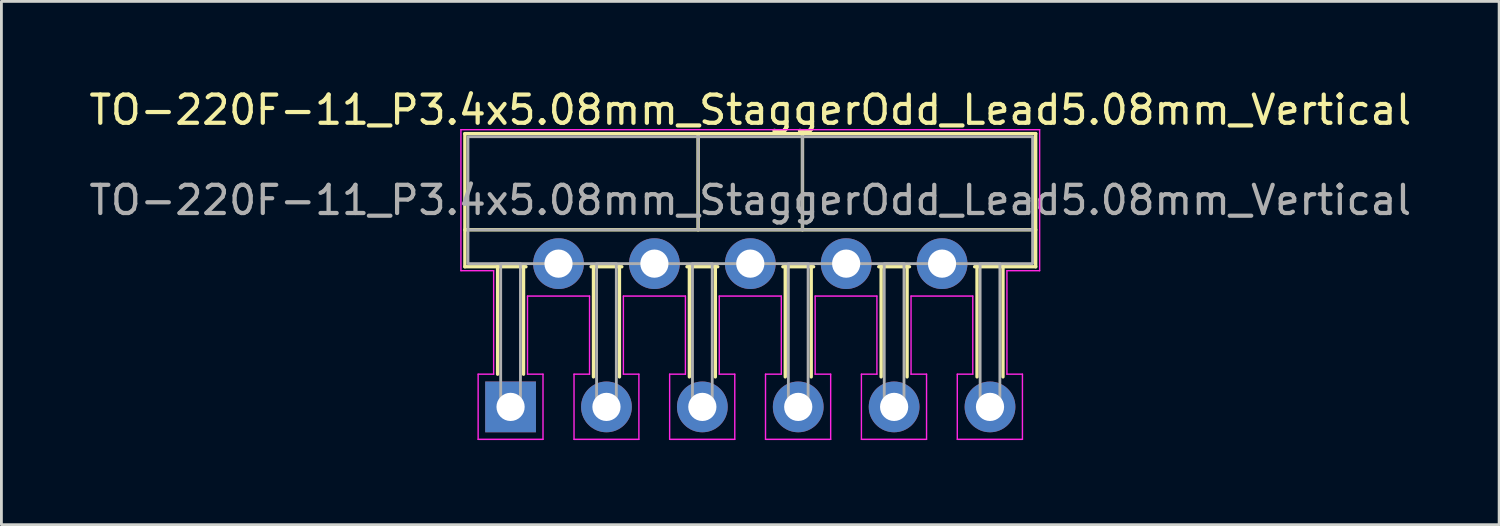
<source format=kicad_pcb>
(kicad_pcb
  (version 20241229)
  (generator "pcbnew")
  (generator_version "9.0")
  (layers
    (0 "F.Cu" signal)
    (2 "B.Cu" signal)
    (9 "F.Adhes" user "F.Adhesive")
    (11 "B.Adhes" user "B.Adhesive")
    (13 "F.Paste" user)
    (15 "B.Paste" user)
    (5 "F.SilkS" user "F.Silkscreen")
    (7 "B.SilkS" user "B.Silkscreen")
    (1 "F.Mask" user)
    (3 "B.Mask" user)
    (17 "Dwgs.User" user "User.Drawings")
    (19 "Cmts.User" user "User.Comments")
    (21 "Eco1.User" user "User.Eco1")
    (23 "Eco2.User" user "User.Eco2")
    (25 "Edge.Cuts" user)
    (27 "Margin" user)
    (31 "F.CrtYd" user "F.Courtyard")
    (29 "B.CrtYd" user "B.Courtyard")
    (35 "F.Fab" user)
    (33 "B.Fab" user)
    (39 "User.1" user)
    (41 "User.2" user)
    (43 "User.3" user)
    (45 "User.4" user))
  (footprint "TO-220F-11_P3.4x5.08mm_StaggerOdd_Lead5.08mm_Vertical"
    (layer "F.Cu")
    (at 15.054 11.378)
    (property "Reference" "TO-220F-11_P3.4x5.08mm_StaggerOdd_Lead5.08mm_Vertical" (at 8.5 -10.53 0) (layer "F.SilkS") (effects (font (size 1 1) (thickness 0.15))))
    (attr through_hole)
    (fp_line (start -1.62 -9.69) (end 18.62 -9.69) (stroke (width 0.12) (type solid)) (layer "F.SilkS"))
    (fp_line (start -1.62 -6.28) (end 18.62 -6.28) (stroke (width 0.12) (type solid)) (layer "F.SilkS"))
    (fp_line (start -1.62 -4.97) (end -1.62 -9.69) (stroke (width 0.12) (type solid)) (layer "F.SilkS"))
    (fp_line (start -0.46 -4.97) (end -0.46 -1.16) (stroke (width 0.12) (type solid)) (layer "F.SilkS"))
    (fp_line (start 0.46 -4.97) (end 0.46 -1.16) (stroke (width 0.12) (type solid)) (layer "F.SilkS"))
    (fp_line (start 0.545 -4.97) (end -1.62 -4.97) (stroke (width 0.12) (type solid)) (layer "F.SilkS"))
    (fp_line (start 2.94 -4.97) (end 2.94 -1.065) (stroke (width 0.12) (type solid)) (layer "F.SilkS"))
    (fp_line (start 3.86 -4.97) (end 3.86 -1.065) (stroke (width 0.12) (type solid)) (layer "F.SilkS"))
    (fp_line (start 3.945 -4.97) (end 2.855 -4.97) (stroke (width 0.12) (type solid)) (layer "F.SilkS"))
    (fp_line (start 6.34 -4.97) (end 6.34 -1.065) (stroke (width 0.12) (type solid)) (layer "F.SilkS"))
    (fp_line (start 6.65 -9.69) (end 6.65 -6.28) (stroke (width 0.12) (type solid)) (layer "F.SilkS"))
    (fp_line (start 7.26 -4.97) (end 7.26 -1.065) (stroke (width 0.12) (type solid)) (layer "F.SilkS"))
    (fp_line (start 7.345 -4.97) (end 6.255 -4.97) (stroke (width 0.12) (type solid)) (layer "F.SilkS"))
    (fp_line (start 9.74 -4.97) (end 9.74 -1.065) (stroke (width 0.12) (type solid)) (layer "F.SilkS"))
    (fp_line (start 10.35 -9.69) (end 10.35 -6.28) (stroke (width 0.12) (type solid)) (layer "F.SilkS"))
    (fp_line (start 10.66 -4.97) (end 10.66 -1.065) (stroke (width 0.12) (type solid)) (layer "F.SilkS"))
    (fp_line (start 10.745 -4.97) (end 9.655 -4.97) (stroke (width 0.12) (type solid)) (layer "F.SilkS"))
    (fp_line (start 13.14 -4.97) (end 13.14 -1.065) (stroke (width 0.12) (type solid)) (layer "F.SilkS"))
    (fp_line (start 14.06 -4.97) (end 14.06 -1.065) (stroke (width 0.12) (type solid)) (layer "F.SilkS"))
    (fp_line (start 14.145 -4.97) (end 13.055 -4.97) (stroke (width 0.12) (type solid)) (layer "F.SilkS"))
    (fp_line (start 16.54 -4.97) (end 16.54 -1.065) (stroke (width 0.12) (type solid)) (layer "F.SilkS"))
    (fp_line (start 17.46 -4.97) (end 17.46 -1.065) (stroke (width 0.12) (type solid)) (layer "F.SilkS"))
    (fp_line (start 18.62 -9.69) (end 18.62 -4.97) (stroke (width 0.12) (type solid)) (layer "F.SilkS"))
    (fp_line (start 18.62 -4.97) (end 16.455 -4.97) (stroke (width 0.12) (type solid)) (layer "F.SilkS"))
    (fp_line (start -1.76 -9.83) (end 18.76 -9.83) (stroke (width 0.05) (type solid)) (layer "F.CrtYd"))
    (fp_line (start -1.76 -4.83) (end -1.76 -9.83) (stroke (width 0.05) (type solid)) (layer "F.CrtYd"))
    (fp_line (start -1.15 -1.16) (end -0.6 -1.16) (stroke (width 0.05) (type solid)) (layer "F.CrtYd"))
    (fp_line (start -1.15 1.15) (end -1.15 -1.16) (stroke (width 0.05) (type solid)) (layer "F.CrtYd"))
    (fp_line (start -0.6 -4.83) (end -1.76 -4.83) (stroke (width 0.05) (type solid)) (layer "F.CrtYd"))
    (fp_line (start -0.6 -1.16) (end -0.6 -4.83) (stroke (width 0.05) (type solid)) (layer "F.CrtYd"))
    (fp_line (start 0.6 -3.93) (end 0.6 -1.16) (stroke (width 0.05) (type solid)) (layer "F.CrtYd"))
    (fp_line (start 0.6 -1.16) (end 1.15 -1.16) (stroke (width 0.05) (type solid)) (layer "F.CrtYd"))
    (fp_line (start 1.15 -1.16) (end 1.15 1.15) (stroke (width 0.05) (type solid)) (layer "F.CrtYd"))
    (fp_line (start 1.15 1.15) (end -1.15 1.15) (stroke (width 0.05) (type solid)) (layer "F.CrtYd"))
    (fp_line (start 2.25 -1.16) (end 2.8 -1.16) (stroke (width 0.05) (type solid)) (layer "F.CrtYd"))
    (fp_line (start 2.25 1.15) (end 2.25 -1.16) (stroke (width 0.05) (type solid)) (layer "F.CrtYd"))
    (fp_line (start 2.8 -3.93) (end 0.6 -3.93) (stroke (width 0.05) (type solid)) (layer "F.CrtYd"))
    (fp_line (start 2.8 -1.16) (end 2.8 -3.93) (stroke (width 0.05) (type solid)) (layer "F.CrtYd"))
    (fp_line (start 4 -3.93) (end 4 -1.16) (stroke (width 0.05) (type solid)) (layer "F.CrtYd"))
    (fp_line (start 4 -1.16) (end 4.55 -1.16) (stroke (width 0.05) (type solid)) (layer "F.CrtYd"))
    (fp_line (start 4.55 -1.16) (end 4.55 1.15) (stroke (width 0.05) (type solid)) (layer "F.CrtYd"))
    (fp_line (start 4.55 1.15) (end 2.25 1.15) (stroke (width 0.05) (type solid)) (layer "F.CrtYd"))
    (fp_line (start 5.64 -1.16) (end 6.2 -1.16) (stroke (width 0.05) (type solid)) (layer "F.CrtYd"))
    (fp_line (start 5.64 1.15) (end 5.64 -1.16) (stroke (width 0.05) (type solid)) (layer "F.CrtYd"))
    (fp_line (start 6.2 -3.93) (end 4 -3.93) (stroke (width 0.05) (type solid)) (layer "F.CrtYd"))
    (fp_line (start 6.2 -1.16) (end 6.2 -3.93) (stroke (width 0.05) (type solid)) (layer "F.CrtYd"))
    (fp_line (start 7.4 -3.93) (end 7.4 -1.16) (stroke (width 0.05) (type solid)) (layer "F.CrtYd"))
    (fp_line (start 7.4 -1.16) (end 7.95 -1.16) (stroke (width 0.05) (type solid)) (layer "F.CrtYd"))
    (fp_line (start 7.95 -1.16) (end 7.95 1.15) (stroke (width 0.05) (type solid)) (layer "F.CrtYd"))
    (fp_line (start 7.95 1.15) (end 5.64 1.15) (stroke (width 0.05) (type solid)) (layer "F.CrtYd"))
    (fp_line (start 9.04 -1.16) (end 9.6 -1.16) (stroke (width 0.05) (type solid)) (layer "F.CrtYd"))
    (fp_line (start 9.04 1.15) (end 9.04 -1.16) (stroke (width 0.05) (type solid)) (layer "F.CrtYd"))
    (fp_line (start 9.6 -3.93) (end 7.4 -3.93) (stroke (width 0.05) (type solid)) (layer "F.CrtYd"))
    (fp_line (start 9.6 -1.16) (end 9.6 -3.93) (stroke (width 0.05) (type solid)) (layer "F.CrtYd"))
    (fp_line (start 10.8 -3.93) (end 10.8 -1.16) (stroke (width 0.05) (type solid)) (layer "F.CrtYd"))
    (fp_line (start 10.8 -1.16) (end 11.35 -1.16) (stroke (width 0.05) (type solid)) (layer "F.CrtYd"))
    (fp_line (start 11.35 -1.16) (end 11.35 1.15) (stroke (width 0.05) (type solid)) (layer "F.CrtYd"))
    (fp_line (start 11.35 1.15) (end 9.04 1.15) (stroke (width 0.05) (type solid)) (layer "F.CrtYd"))
    (fp_line (start 12.44 -1.16) (end 12.99 -1.16) (stroke (width 0.05) (type solid)) (layer "F.CrtYd"))
    (fp_line (start 12.44 1.15) (end 12.44 -1.16) (stroke (width 0.05) (type solid)) (layer "F.CrtYd"))
    (fp_line (start 12.99 -3.93) (end 10.8 -3.93) (stroke (width 0.05) (type solid)) (layer "F.CrtYd"))
    (fp_line (start 12.99 -1.16) (end 12.99 -3.93) (stroke (width 0.05) (type solid)) (layer "F.CrtYd"))
    (fp_line (start 14.2 -3.93) (end 14.2 -1.16) (stroke (width 0.05) (type solid)) (layer "F.CrtYd"))
    (fp_line (start 14.2 -1.16) (end 14.75 -1.16) (stroke (width 0.05) (type solid)) (layer "F.CrtYd"))
    (fp_line (start 14.75 -1.16) (end 14.75 1.15) (stroke (width 0.05) (type solid)) (layer "F.CrtYd"))
    (fp_line (start 14.75 1.15) (end 12.44 1.15) (stroke (width 0.05) (type solid)) (layer "F.CrtYd"))
    (fp_line (start 15.84 -1.16) (end 16.39 -1.16) (stroke (width 0.05) (type solid)) (layer "F.CrtYd"))
    (fp_line (start 15.84 1.15) (end 15.84 -1.16) (stroke (width 0.05) (type solid)) (layer "F.CrtYd"))
    (fp_line (start 16.39 -3.93) (end 14.2 -3.93) (stroke (width 0.05) (type solid)) (layer "F.CrtYd"))
    (fp_line (start 16.39 -1.16) (end 16.39 -3.93) (stroke (width 0.05) (type solid)) (layer "F.CrtYd"))
    (fp_line (start 17.6 -4.83) (end 17.6 -1.16) (stroke (width 0.05) (type solid)) (layer "F.CrtYd"))
    (fp_line (start 17.6 -1.16) (end 18.15 -1.16) (stroke (width 0.05) (type solid)) (layer "F.CrtYd"))
    (fp_line (start 18.15 -1.16) (end 18.15 1.15) (stroke (width 0.05) (type solid)) (layer "F.CrtYd"))
    (fp_line (start 18.15 1.15) (end 15.84 1.15) (stroke (width 0.05) (type solid)) (layer "F.CrtYd"))
    (fp_line (start 18.76 -9.83) (end 18.76 -4.83) (stroke (width 0.05) (type solid)) (layer "F.CrtYd"))
    (fp_line (start 18.76 -4.83) (end 17.6 -4.83) (stroke (width 0.05) (type solid)) (layer "F.CrtYd"))
    (fp_line (start -1.51 -6.28) (end 18.51 -6.28) (stroke (width 0.1) (type solid)) (layer "F.Fab"))
    (fp_line (start 6.65 -9.58) (end 6.65 -6.28) (stroke (width 0.1) (type solid)) (layer "F.Fab"))
    (fp_line (start 10.35 -9.58) (end 10.35 -6.28) (stroke (width 0.1) (type solid)) (layer "F.Fab"))
    (fp_rect (start -1.51 -9.58) (end 18.51 -5.08) (stroke (width 0.1) (type solid)) (fill no) (layer "F.Fab"))
    (fp_rect (start -0.35 -5.08) (end 0.35 0) (stroke (width 0.1) (type solid)) (fill no) (layer "F.Fab"))
    (fp_rect (start 3.05 -5.08) (end 3.75 0) (stroke (width 0.1) (type solid)) (fill no) (layer "F.Fab"))
    (fp_rect (start 6.45 -5.08) (end 7.15 0) (stroke (width 0.1) (type solid)) (fill no) (layer "F.Fab"))
    (fp_rect (start 9.85 -5.08) (end 10.55 0) (stroke (width 0.1) (type solid)) (fill no) (layer "F.Fab"))
    (fp_rect (start 13.25 -5.08) (end 13.95 0) (stroke (width 0.1) (type solid)) (fill no) (layer "F.Fab"))
    (fp_rect (start 16.65 -5.08) (end 17.35 0) (stroke (width 0.1) (type solid)) (fill no) (layer "F.Fab"))
    (fp_text user "${REFERENCE}" (at 8.5 -7.33 0) (layer "F.Fab") (effects (font (size 1 1) (thickness 0.15))))
    (pad "1" thru_hole rect (at 0 0) (size 1.8 1.8) (drill 1) (layers "*.Cu" "*.Mask"))
    (pad "2" thru_hole circle (at 1.7 -5.08) (size 1.8 1.8) (drill 1) (layers "*.Cu" "*.Mask"))
    (pad "3" thru_hole circle (at 3.4 0) (size 1.8 1.8) (drill 1) (layers "*.Cu" "*.Mask"))
    (pad "4" thru_hole circle (at 5.1 -5.08) (size 1.8 1.8) (drill 1) (layers "*.Cu" "*.Mask"))
    (pad "5" thru_hole circle (at 6.8 0) (size 1.8 1.8) (drill 1) (layers "*.Cu" "*.Mask"))
    (pad "6" thru_hole circle (at 8.5 -5.08) (size 1.8 1.8) (drill 1) (layers "*.Cu" "*.Mask"))
    (pad "7" thru_hole circle (at 10.2 0) (size 1.8 1.8) (drill 1) (layers "*.Cu" "*.Mask"))
    (pad "8" thru_hole circle (at 11.9 -5.08) (size 1.8 1.8) (drill 1) (layers "*.Cu" "*.Mask"))
    (pad "9" thru_hole circle (at 13.6 0) (size 1.8 1.8) (drill 1) (layers "*.Cu" "*.Mask"))
    (pad "10" thru_hole circle (at 15.3 -5.08) (size 1.8 1.8) (drill 1) (layers "*.Cu" "*.Mask"))
    (pad "11" thru_hole circle (at 17 0) (size 1.8 1.8) (drill 1) (layers "*.Cu" "*.Mask")))
  (gr_rect
    (start -3 -3)
    (end 50.107 15.553)
    (stroke (width 0.1) (type default))
    (fill no)
    (layer "Edge.Cuts")))
</source>
